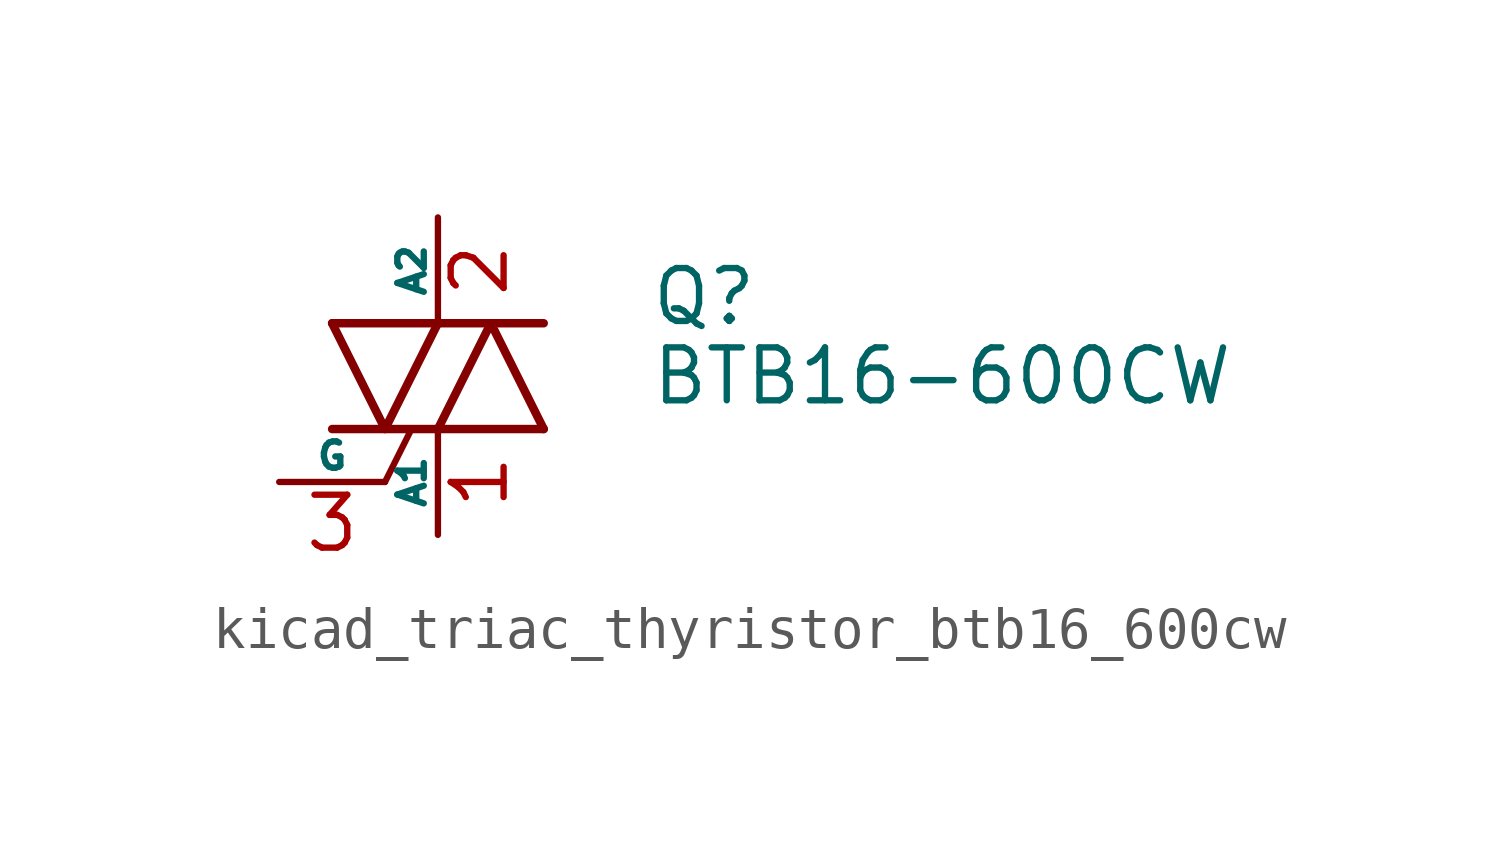
<source format=kicad_sym>
(kicad_symbol_lib
  (version 20220914)
  (generator kicad_symbol_editor)
  (symbol "kicad_triac_thyristor_btb16_600cw"
    (pin_names
      (offset 0))
    (property "Reference" "Q"
      (at 5.08 1.905 0)
      (effects (font (size 1.27 1.27)) (justify left)))
    (property "Value" "BTB16-600CW"
      (at 5.08 0 0)
      (effects (font (size 1.27 1.27)) (justify left)))
    (symbol "kicad_triac_thyristor_btb16_600cw_0_1"
      (polyline (pts (xy -2.54 -1.27) (xy 2.54 -1.27)) (stroke (width 0.203) (type default)) (fill (type none)))
      (polyline (pts (xy -2.54 1.27) (xy 2.54 1.27)) (stroke (width 0.203) (type default)) (fill (type none)))
      (polyline (pts (xy -1.27 -2.54) (xy -0.635 -1.27)) (stroke (width 0) (type default)) (fill (type none)))
      (polyline (pts (xy -2.54 1.27) (xy -1.27 -1.27) (xy 0 1.27)) (stroke (width 0.203) (type default)) (fill (type none)))
      (polyline (pts (xy 0 -1.27) (xy 1.27 1.27) (xy 2.54 -1.27)) (stroke (width 0.203) (type default)) (fill (type none))))
    (symbol "kicad_triac_thyristor_btb16_600cw_1_1"
      (pin passive line (at 0 -3.81 90) (length 2.54) (name "A1" (effects (font (size 0.635 0.635)))) (number "1" (effects (font (size 1.27 1.27)))))
      (pin passive line (at 0 3.81 270) (length 2.54) (name "A2" (effects (font (size 0.635 0.635)))) (number "2" (effects (font (size 1.27 1.27)))))
      (pin input line (at -3.81 -2.54 0) (length 2.54) (name "G" (effects (font (size 0.635 0.635)))) (number "3" (effects (font (size 1.27 1.27))))))))
</source>
